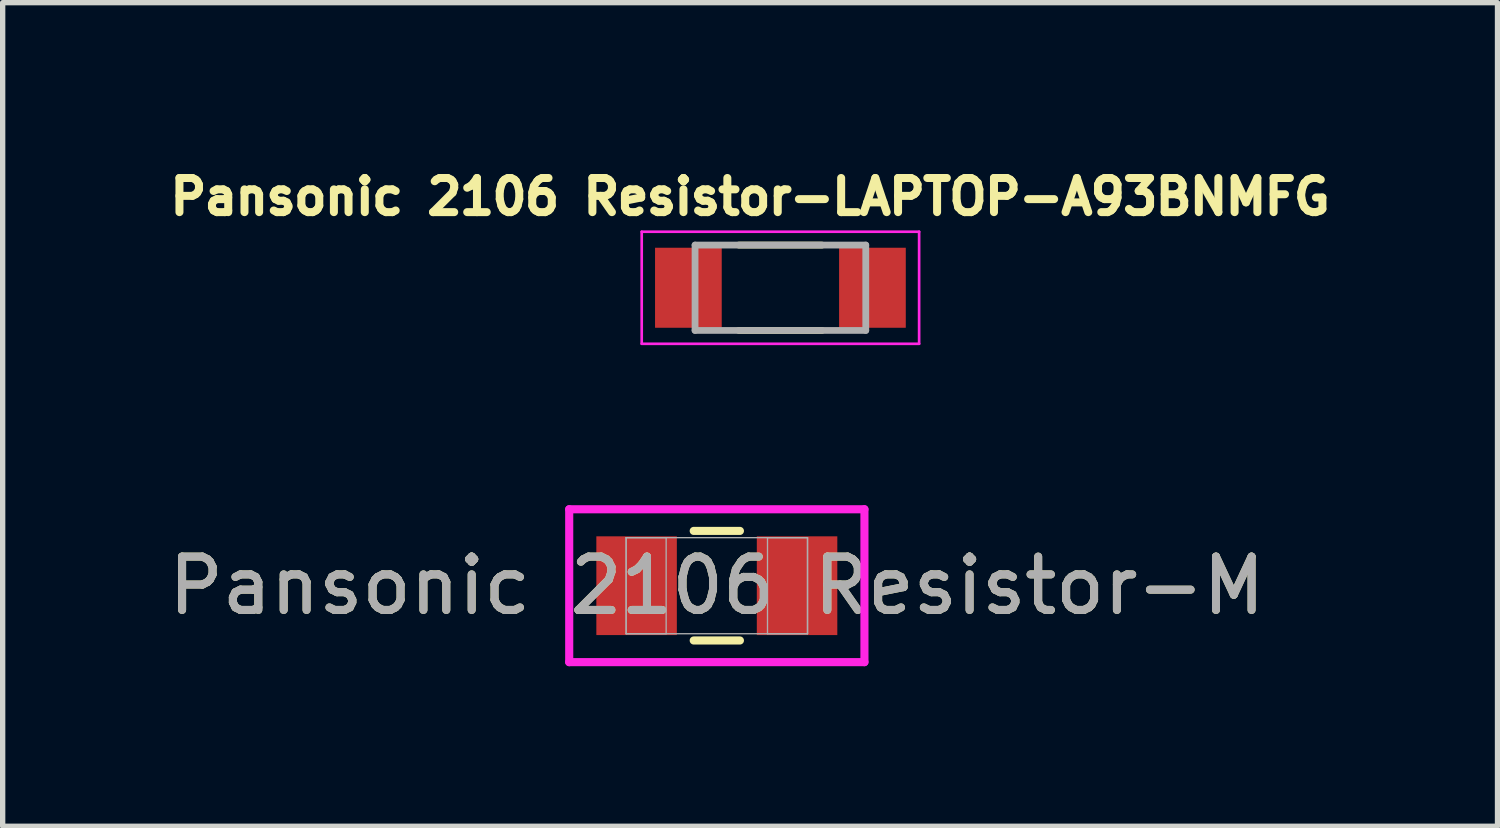
<source format=kicad_pcb>
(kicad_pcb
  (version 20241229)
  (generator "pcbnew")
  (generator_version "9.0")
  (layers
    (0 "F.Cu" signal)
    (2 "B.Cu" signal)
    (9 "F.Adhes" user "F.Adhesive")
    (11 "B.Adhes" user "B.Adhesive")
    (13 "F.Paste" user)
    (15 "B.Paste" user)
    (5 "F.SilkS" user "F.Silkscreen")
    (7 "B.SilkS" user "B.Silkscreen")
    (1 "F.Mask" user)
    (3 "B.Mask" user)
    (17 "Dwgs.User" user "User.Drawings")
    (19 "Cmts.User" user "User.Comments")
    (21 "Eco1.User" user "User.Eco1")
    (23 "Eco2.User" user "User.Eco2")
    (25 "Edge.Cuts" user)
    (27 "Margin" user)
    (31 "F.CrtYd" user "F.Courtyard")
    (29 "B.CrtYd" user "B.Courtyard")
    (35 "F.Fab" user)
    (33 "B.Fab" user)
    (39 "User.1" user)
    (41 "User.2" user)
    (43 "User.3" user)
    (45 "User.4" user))
  (footprint "Pansonic 2106 Resistor-LAPTOP-A93BNMFG"
    (layer "F.Cu")
    (at 11.579 2.344)
    (property "Reference" "Pansonic 2106 Resistor-LAPTOP-A93BNMFG" (at -0.568 -1.706 0) (layer "F.SilkS") (effects (font (size 0.64 0.64) (thickness 0.15))))
    (attr smd)
    (fp_line (start -0.78 -0.8) (end 0.78 -0.8) (stroke (width 0.127) (type solid)) (layer "F.SilkS"))
    (fp_line (start -0.78 0.8) (end 0.78 0.8) (stroke (width 0.127) (type solid)) (layer "F.SilkS"))
    (fp_line (start -2.6 -1.05) (end -2.6 1.05) (stroke (width 0.05) (type solid)) (layer "F.CrtYd"))
    (fp_line (start -2.6 1.05) (end 2.6 1.05) (stroke (width 0.05) (type solid)) (layer "F.CrtYd"))
    (fp_line (start 2.6 -1.05) (end -2.6 -1.05) (stroke (width 0.05) (type solid)) (layer "F.CrtYd"))
    (fp_line (start 2.6 1.05) (end 2.6 -1.05) (stroke (width 0.05) (type solid)) (layer "F.CrtYd"))
    (fp_line (start -1.6 -0.8) (end -1.6 0.8) (stroke (width 0.127) (type solid)) (layer "F.Fab"))
    (fp_line (start -1.6 -0.8) (end 1.6 -0.8) (stroke (width 0.127) (type solid)) (layer "F.Fab"))
    (fp_line (start -1.6 0.8) (end 1.6 0.8) (stroke (width 0.127) (type solid)) (layer "F.Fab"))
    (fp_line (start 1.6 -0.8) (end 1.6 0.8) (stroke (width 0.127) (type solid)) (layer "F.Fab"))
    (pad "1" smd rect (at -1.725 0) (size 1.25 1.5) (layers "F.Cu" "F.Mask" "F.Paste"))
    (pad "2" smd rect (at 1.725 0) (size 1.25 1.5) (layers "F.Cu" "F.Mask" "F.Paste")))
  (footprint "Pansonic 2106 Resistor-M"
    (layer "F.Cu")
    (at 10.387 7.929)
    (property "Reference" "Pansonic 2106 Resistor-M" (at 0 0 0) (unlocked yes) (layer "F.SilkS") (effects (font (size 1 1) (thickness 0.15))))
    (attr smd)
    (fp_line (start -0.433 1.027) (end 0.433 1.027) (stroke (width 0.152) (type solid)) (layer "F.SilkS"))
    (fp_line (start 0.433 -1.027) (end -0.433 -1.027) (stroke (width 0.152) (type solid)) (layer "F.SilkS"))
    (fp_line (start -2.767 -1.433) (end 2.767 -1.433) (stroke (width 0.152) (type solid)) (layer "F.CrtYd"))
    (fp_line (start -2.767 1.433) (end -2.767 -1.433) (stroke (width 0.152) (type solid)) (layer "F.CrtYd"))
    (fp_line (start 2.767 -1.433) (end 2.767 1.433) (stroke (width 0.152) (type solid)) (layer "F.CrtYd"))
    (fp_line (start 2.767 1.433) (end -2.767 1.433) (stroke (width 0.152) (type solid)) (layer "F.CrtYd"))
    (fp_line (start -1.7 -0.9) (end -1.7 0.9) (stroke (width 0.025) (type solid)) (layer "F.Fab"))
    (fp_line (start -1.7 -0.9) (end -1.7 0.9) (stroke (width 0.025) (type solid)) (layer "F.Fab"))
    (fp_line (start -1.7 0.9) (end -0.95 0.9) (stroke (width 0.025) (type solid)) (layer "F.Fab"))
    (fp_line (start -1.7 0.9) (end 1.7 0.9) (stroke (width 0.025) (type solid)) (layer "F.Fab"))
    (fp_line (start -0.95 -0.9) (end -1.7 -0.9) (stroke (width 0.025) (type solid)) (layer "F.Fab"))
    (fp_line (start -0.95 0.9) (end -0.95 -0.9) (stroke (width 0.025) (type solid)) (layer "F.Fab"))
    (fp_line (start 0.95 -0.9) (end 0.95 0.9) (stroke (width 0.025) (type solid)) (layer "F.Fab"))
    (fp_line (start 0.95 0.9) (end 1.7 0.9) (stroke (width 0.025) (type solid)) (layer "F.Fab"))
    (fp_line (start 1.7 -0.9) (end -1.7 -0.9) (stroke (width 0.025) (type solid)) (layer "F.Fab"))
    (fp_line (start 1.7 -0.9) (end 0.95 -0.9) (stroke (width 0.025) (type solid)) (layer "F.Fab"))
    (fp_line (start 1.7 0.9) (end 1.7 -0.9) (stroke (width 0.025) (type solid)) (layer "F.Fab"))
    (fp_line (start 1.7 0.9) (end 1.7 -0.9) (stroke (width 0.025) (type solid)) (layer "F.Fab"))
    (fp_text user "${REFERENCE}" (at 0 0 0) (unlocked yes) (layer "F.Fab") (effects (font (size 1 1) (thickness 0.15))))
    (pad "1" smd rect (at -1.504 0) (size 1.509 1.851) (layers "F.Cu" "F.Mask" "F.Paste"))
    (pad "2" smd rect (at 1.504 0) (size 1.509 1.851) (layers "F.Cu" "F.Mask" "F.Paste"))
    (zone (net_name "") (layer "F.Cu") (hatch full 0.508) (connect_pads) (min_thickness 0.254) (filled_areas_thickness no) (keepout (tracks not_allowed) (vias not_allowed) (pads allowed) (copperpour not_allowed) (footprints allowed)) (placement (enabled no)) (fill) (polygon (pts (xy 9.688 7.079) (xy 11.086 7.079) (xy 11.086 8.778) (xy 9.688 8.778)))))
  (gr_rect
    (start -3 -3)
    (end 25.021 12.438)
    (stroke (width 0.1) (type default))
    (fill no)
    (layer "Edge.Cuts")))
</source>
